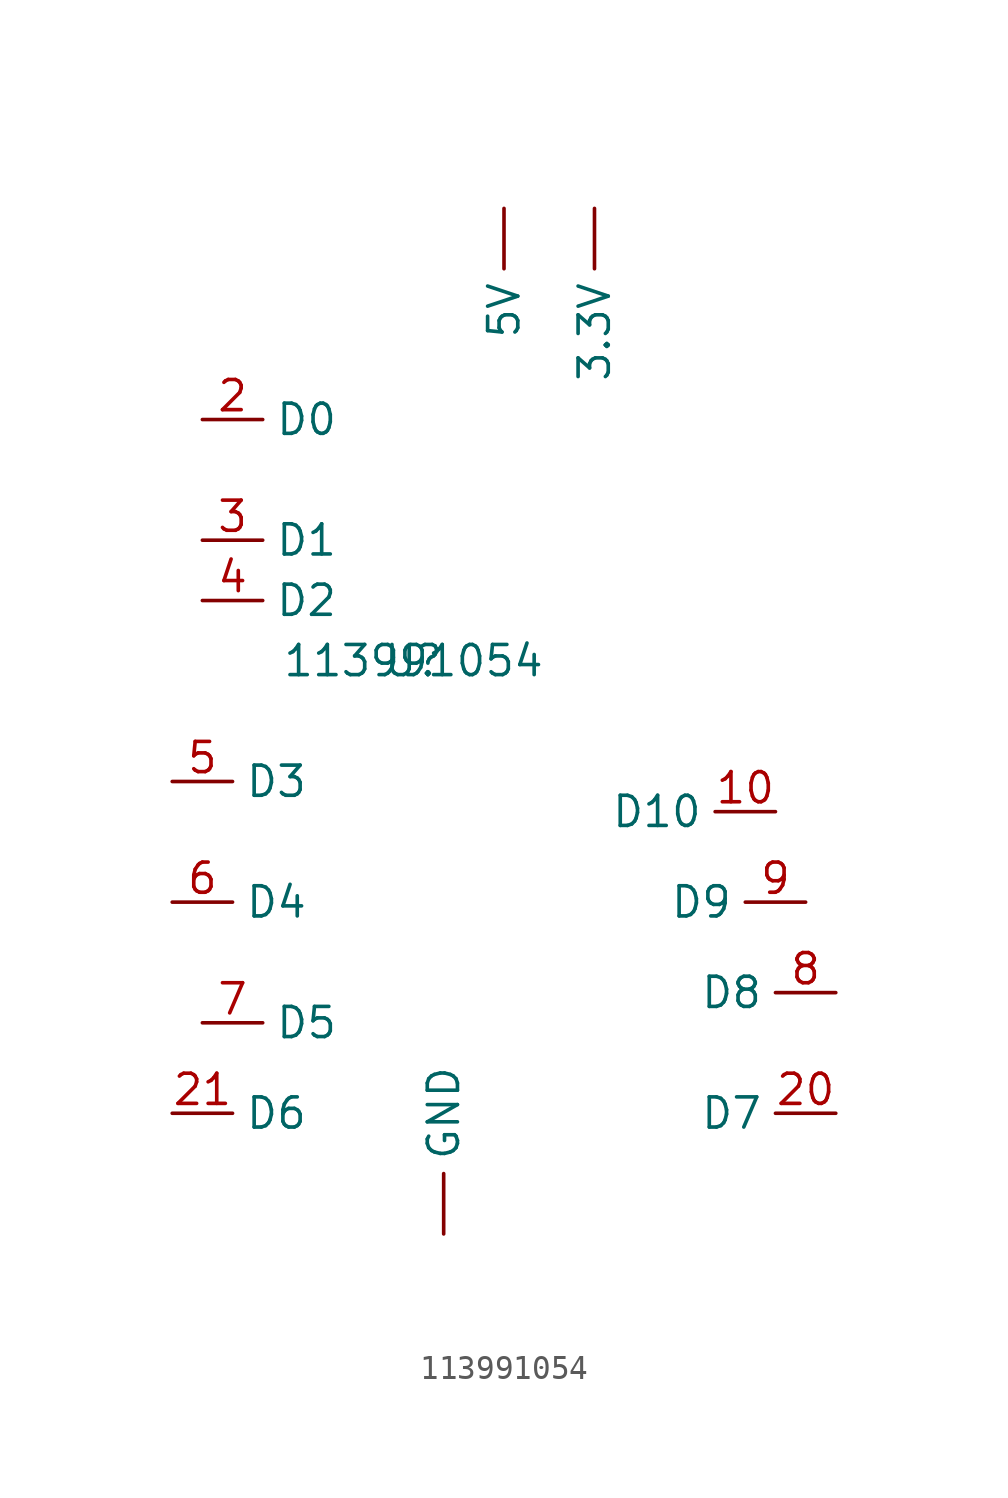
<source format=kicad_sym>
(kicad_symbol_lib
  (version 20231120)
  (generator "kicad_symbol_editor")
  (generator_version "8.0")
  (symbol "113991054"
    (property "Reference" "U"
      (at 0 0 0)
      (effects (font (size 1.27 1.27))))
    (property "Value" "113991054"
      (at 0 0 0)
      (effects (font (size 1.27 1.27))))
    (symbol "113991054_1_1"
      (pin power_in line (at 7.62 19.05 270) (length 2.54) (name "3.3V" (effects (font (size 1.27 1.27)))) (number "" (effects (font (size 1.27 1.27)))))
      (pin power_in line (at 3.81 19.05 270) (length 2.54) (name "5V" (effects (font (size 1.27 1.27)))) (number "" (effects (font (size 1.27 1.27)))))
      (pin power_out line (at 1.27 -24.13 90) (length 2.54) (name "GND" (effects (font (size 1.27 1.27)))) (number "" (effects (font (size 1.27 1.27)))))
      (pin input line (at 15.24 -6.35 180) (length 2.54) (name "D10" (effects (font (size 1.27 1.27)))) (number "10" (effects (font (size 1.27 1.27)))))
      (pin input line (at -8.89 10.16 0) (length 2.54) (name "D0" (effects (font (size 1.27 1.27)))) (number "2" (effects (font (size 1.27 1.27)))))
      (pin input line (at 17.78 -19.05 180) (length 2.54) (name "D7" (effects (font (size 1.27 1.27)))) (number "20" (effects (font (size 1.27 1.27)))))
      (pin input line (at -10.16 -19.05 0) (length 2.54) (name "D6" (effects (font (size 1.27 1.27)))) (number "21" (effects (font (size 1.27 1.27)))))
      (pin input line (at -8.89 5.08 0) (length 2.54) (name "D1" (effects (font (size 1.27 1.27)))) (number "3" (effects (font (size 1.27 1.27)))))
      (pin input line (at -8.89 2.54 0) (length 2.54) (name "D2" (effects (font (size 1.27 1.27)))) (number "4" (effects (font (size 1.27 1.27)))))
      (pin input line (at -10.16 -5.08 0) (length 2.54) (name "D3" (effects (font (size 1.27 1.27)))) (number "5" (effects (font (size 1.27 1.27)))))
      (pin input line (at -10.16 -10.16 0) (length 2.54) (name "D4" (effects (font (size 1.27 1.27)))) (number "6" (effects (font (size 1.27 1.27)))))
      (pin input line (at -8.89 -15.24 0) (length 2.54) (name "D5" (effects (font (size 1.27 1.27)))) (number "7" (effects (font (size 1.27 1.27)))))
      (pin input line (at 17.78 -13.97 180) (length 2.54) (name "D8" (effects (font (size 1.27 1.27)))) (number "8" (effects (font (size 1.27 1.27)))))
      (pin input line (at 16.51 -10.16 180) (length 2.54) (name "D9" (effects (font (size 1.27 1.27)))) (number "9" (effects (font (size 1.27 1.27))))))))
</source>
